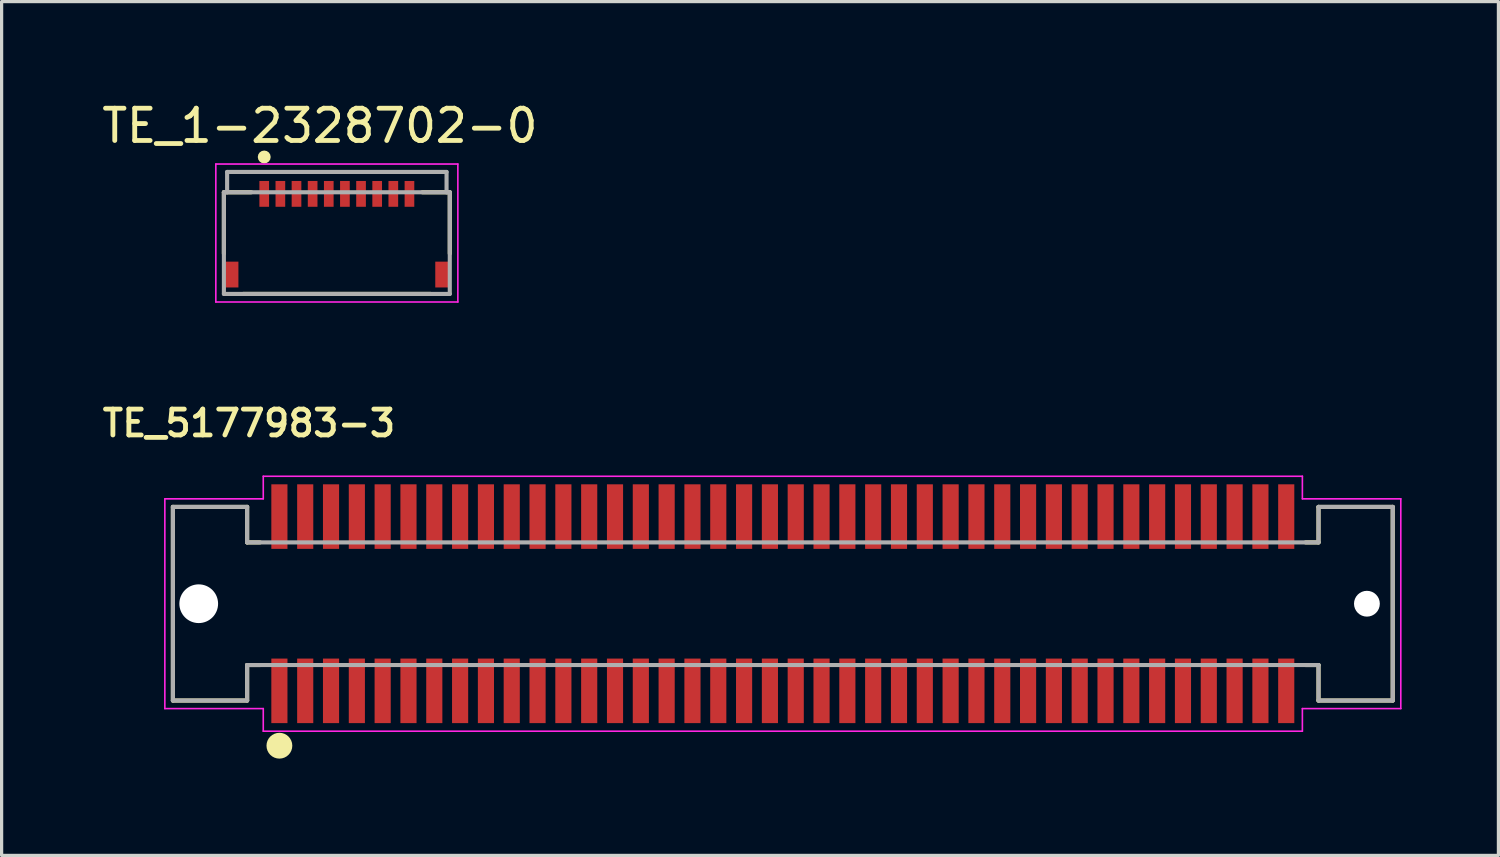
<source format=kicad_pcb>
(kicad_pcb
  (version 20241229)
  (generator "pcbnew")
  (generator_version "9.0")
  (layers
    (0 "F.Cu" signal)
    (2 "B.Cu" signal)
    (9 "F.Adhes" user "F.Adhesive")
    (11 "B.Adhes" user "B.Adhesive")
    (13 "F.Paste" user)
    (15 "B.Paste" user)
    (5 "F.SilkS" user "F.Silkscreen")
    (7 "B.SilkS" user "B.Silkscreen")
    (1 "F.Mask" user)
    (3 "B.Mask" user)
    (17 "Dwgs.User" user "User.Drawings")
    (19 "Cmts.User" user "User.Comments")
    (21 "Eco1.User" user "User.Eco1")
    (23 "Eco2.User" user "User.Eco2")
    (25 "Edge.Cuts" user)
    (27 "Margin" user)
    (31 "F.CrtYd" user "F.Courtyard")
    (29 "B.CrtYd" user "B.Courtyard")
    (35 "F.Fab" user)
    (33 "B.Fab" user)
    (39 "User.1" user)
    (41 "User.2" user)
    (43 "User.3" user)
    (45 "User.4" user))
  (footprint "TE_5177983-3"
    (layer "F.Cu")
    (at 21.208 15.658)
    (property "Reference" "TE_5177983-3" (at -16.545 -5.593 0) (layer "F.SilkS") (effects (font (size 0.801 0.801) (thickness 0.15))))
    (attr smd)
    (fp_line (start -18.9 -3) (end -18.9 3) (stroke (width 0.127) (type solid)) (layer "F.SilkS"))
    (fp_line (start -18.9 3) (end -16.6 3) (stroke (width 0.127) (type solid)) (layer "F.SilkS"))
    (fp_line (start -16.6 -3) (end -18.9 -3) (stroke (width 0.127) (type solid)) (layer "F.SilkS"))
    (fp_line (start -16.6 -1.9) (end -16.6 -3) (stroke (width 0.127) (type solid)) (layer "F.SilkS"))
    (fp_line (start -16.6 1.9) (end -16.2 1.9) (stroke (width 0.127) (type solid)) (layer "F.SilkS"))
    (fp_line (start -16.6 3) (end -16.6 1.9) (stroke (width 0.127) (type solid)) (layer "F.SilkS"))
    (fp_line (start -16.2 -1.9) (end -16.6 -1.9) (stroke (width 0.127) (type solid)) (layer "F.SilkS"))
    (fp_line (start 16.2 1.9) (end 16.6 1.9) (stroke (width 0.127) (type solid)) (layer "F.SilkS"))
    (fp_line (start 16.6 -3) (end 16.6 -1.9) (stroke (width 0.127) (type solid)) (layer "F.SilkS"))
    (fp_line (start 16.6 -1.9) (end 16.2 -1.9) (stroke (width 0.127) (type solid)) (layer "F.SilkS"))
    (fp_line (start 16.6 1.9) (end 16.6 3) (stroke (width 0.127) (type solid)) (layer "F.SilkS"))
    (fp_line (start 16.6 3) (end 18.9 3) (stroke (width 0.127) (type solid)) (layer "F.SilkS"))
    (fp_line (start 18.9 -3) (end 16.6 -3) (stroke (width 0.127) (type solid)) (layer "F.SilkS"))
    (fp_line (start 18.9 3) (end 18.9 -3) (stroke (width 0.127) (type solid)) (layer "F.SilkS"))
    (fp_circle (center -15.6 4.4) (end -15.4 4.4) (stroke (width 0.4) (type solid)) (fill no) (layer "F.SilkS"))
    (fp_line (start -19.15 -3.25) (end -19.15 3.25) (stroke (width 0.05) (type solid)) (layer "F.CrtYd"))
    (fp_line (start -19.15 3.25) (end -16.1 3.25) (stroke (width 0.05) (type solid)) (layer "F.CrtYd"))
    (fp_line (start -16.1 -3.95) (end -16.1 -3.25) (stroke (width 0.05) (type solid)) (layer "F.CrtYd"))
    (fp_line (start -16.1 -3.25) (end -19.15 -3.25) (stroke (width 0.05) (type solid)) (layer "F.CrtYd"))
    (fp_line (start -16.1 3.25) (end -16.1 3.95) (stroke (width 0.05) (type solid)) (layer "F.CrtYd"))
    (fp_line (start -16.1 3.95) (end 16.1 3.95) (stroke (width 0.05) (type solid)) (layer "F.CrtYd"))
    (fp_line (start 16.1 -3.95) (end -16.1 -3.95) (stroke (width 0.05) (type solid)) (layer "F.CrtYd"))
    (fp_line (start 16.1 -3.25) (end 16.1 -3.95) (stroke (width 0.05) (type solid)) (layer "F.CrtYd"))
    (fp_line (start 16.1 3.25) (end 19.15 3.25) (stroke (width 0.05) (type solid)) (layer "F.CrtYd"))
    (fp_line (start 16.1 3.95) (end 16.1 3.25) (stroke (width 0.05) (type solid)) (layer "F.CrtYd"))
    (fp_line (start 19.15 -3.25) (end 16.1 -3.25) (stroke (width 0.05) (type solid)) (layer "F.CrtYd"))
    (fp_line (start 19.15 3.25) (end 19.15 -3.25) (stroke (width 0.05) (type solid)) (layer "F.CrtYd"))
    (fp_line (start -18.9 -3) (end -18.9 3) (stroke (width 0.127) (type solid)) (layer "F.Fab"))
    (fp_line (start -18.9 3) (end -16.6 3) (stroke (width 0.127) (type solid)) (layer "F.Fab"))
    (fp_line (start -16.6 -3) (end -18.9 -3) (stroke (width 0.127) (type solid)) (layer "F.Fab"))
    (fp_line (start -16.6 -1.9) (end -16.6 -3) (stroke (width 0.127) (type solid)) (layer "F.Fab"))
    (fp_line (start -16.6 1.9) (end 16.6 1.9) (stroke (width 0.127) (type solid)) (layer "F.Fab"))
    (fp_line (start -16.6 3) (end -16.6 1.9) (stroke (width 0.127) (type solid)) (layer "F.Fab"))
    (fp_line (start 16.6 -3) (end 16.6 -1.9) (stroke (width 0.127) (type solid)) (layer "F.Fab"))
    (fp_line (start 16.6 -1.9) (end -16.6 -1.9) (stroke (width 0.127) (type solid)) (layer "F.Fab"))
    (fp_line (start 16.6 1.9) (end 16.6 3) (stroke (width 0.127) (type solid)) (layer "F.Fab"))
    (fp_line (start 16.6 3) (end 18.9 3) (stroke (width 0.127) (type solid)) (layer "F.Fab"))
    (fp_line (start 18.9 -3) (end 16.6 -3) (stroke (width 0.127) (type solid)) (layer "F.Fab"))
    (fp_line (start 18.9 3) (end 18.9 -3) (stroke (width 0.127) (type solid)) (layer "F.Fab"))
    (pad "" np_thru_hole circle (at -18.1 0) (size 1.2 1.2) (drill 1.2) (layers "*.Cu" "*.Mask"))
    (pad "" np_thru_hole circle (at 18.1 0) (size 0.8 0.8) (drill 0.8) (layers "*.Cu" "*.Mask"))
    (pad "1" smd rect (at -15.6 2.7 90) (size 2 0.5) (layers "F.Cu" "F.Mask" "F.Paste"))
    (pad "2" smd rect (at -15.6 -2.7 90) (size 2 0.5) (layers "F.Cu" "F.Mask" "F.Paste"))
    (pad "3" smd rect (at -14.8 2.7 90) (size 2 0.5) (layers "F.Cu" "F.Mask" "F.Paste"))
    (pad "4" smd rect (at -14.8 -2.7 90) (size 2 0.5) (layers "F.Cu" "F.Mask" "F.Paste"))
    (pad "5" smd rect (at -14 2.7 90) (size 2 0.5) (layers "F.Cu" "F.Mask" "F.Paste"))
    (pad "6" smd rect (at -14 -2.7 90) (size 2 0.5) (layers "F.Cu" "F.Mask" "F.Paste"))
    (pad "7" smd rect (at -13.2 2.7 90) (size 2 0.5) (layers "F.Cu" "F.Mask" "F.Paste"))
    (pad "8" smd rect (at -13.2 -2.7 90) (size 2 0.5) (layers "F.Cu" "F.Mask" "F.Paste"))
    (pad "9" smd rect (at -12.4 2.7 90) (size 2 0.5) (layers "F.Cu" "F.Mask" "F.Paste"))
    (pad "10" smd rect (at -12.4 -2.7 90) (size 2 0.5) (layers "F.Cu" "F.Mask" "F.Paste"))
    (pad "11" smd rect (at -11.6 2.7 90) (size 2 0.5) (layers "F.Cu" "F.Mask" "F.Paste"))
    (pad "12" smd rect (at -11.6 -2.7 90) (size 2 0.5) (layers "F.Cu" "F.Mask" "F.Paste"))
    (pad "13" smd rect (at -10.8 2.7 90) (size 2 0.5) (layers "F.Cu" "F.Mask" "F.Paste"))
    (pad "14" smd rect (at -10.8 -2.7 90) (size 2 0.5) (layers "F.Cu" "F.Mask" "F.Paste"))
    (pad "15" smd rect (at -10 2.7 90) (size 2 0.5) (layers "F.Cu" "F.Mask" "F.Paste"))
    (pad "16" smd rect (at -10 -2.7 90) (size 2 0.5) (layers "F.Cu" "F.Mask" "F.Paste"))
    (pad "17" smd rect (at -9.2 2.7 90) (size 2 0.5) (layers "F.Cu" "F.Mask" "F.Paste"))
    (pad "18" smd rect (at -9.2 -2.7 90) (size 2 0.5) (layers "F.Cu" "F.Mask" "F.Paste"))
    (pad "19" smd rect (at -8.4 2.7 90) (size 2 0.5) (layers "F.Cu" "F.Mask" "F.Paste"))
    (pad "20" smd rect (at -8.4 -2.7 90) (size 2 0.5) (layers "F.Cu" "F.Mask" "F.Paste"))
    (pad "21" smd rect (at -7.6 2.7 90) (size 2 0.5) (layers "F.Cu" "F.Mask" "F.Paste"))
    (pad "22" smd rect (at -7.6 -2.7 90) (size 2 0.5) (layers "F.Cu" "F.Mask" "F.Paste"))
    (pad "23" smd rect (at -6.8 2.7 90) (size 2 0.5) (layers "F.Cu" "F.Mask" "F.Paste"))
    (pad "24" smd rect (at -6.8 -2.7 90) (size 2 0.5) (layers "F.Cu" "F.Mask" "F.Paste"))
    (pad "25" smd rect (at -6 2.7 90) (size 2 0.5) (layers "F.Cu" "F.Mask" "F.Paste"))
    (pad "26" smd rect (at -6 -2.7 90) (size 2 0.5) (layers "F.Cu" "F.Mask" "F.Paste"))
    (pad "27" smd rect (at -5.2 2.7 90) (size 2 0.5) (layers "F.Cu" "F.Mask" "F.Paste"))
    (pad "28" smd rect (at -5.2 -2.7 90) (size 2 0.5) (layers "F.Cu" "F.Mask" "F.Paste"))
    (pad "29" smd rect (at -4.4 2.7 90) (size 2 0.5) (layers "F.Cu" "F.Mask" "F.Paste"))
    (pad "30" smd rect (at -4.4 -2.7 90) (size 2 0.5) (layers "F.Cu" "F.Mask" "F.Paste"))
    (pad "31" smd rect (at -3.6 2.7 90) (size 2 0.5) (layers "F.Cu" "F.Mask" "F.Paste"))
    (pad "32" smd rect (at -3.6 -2.7 90) (size 2 0.5) (layers "F.Cu" "F.Mask" "F.Paste"))
    (pad "33" smd rect (at -2.8 2.7 90) (size 2 0.5) (layers "F.Cu" "F.Mask" "F.Paste"))
    (pad "34" smd rect (at -2.8 -2.7 90) (size 2 0.5) (layers "F.Cu" "F.Mask" "F.Paste"))
    (pad "35" smd rect (at -2 2.7 90) (size 2 0.5) (layers "F.Cu" "F.Mask" "F.Paste"))
    (pad "36" smd rect (at -2 -2.7 90) (size 2 0.5) (layers "F.Cu" "F.Mask" "F.Paste"))
    (pad "37" smd rect (at -1.2 2.7 90) (size 2 0.5) (layers "F.Cu" "F.Mask" "F.Paste"))
    (pad "38" smd rect (at -1.2 -2.7 90) (size 2 0.5) (layers "F.Cu" "F.Mask" "F.Paste"))
    (pad "39" smd rect (at -0.4 2.7 90) (size 2 0.5) (layers "F.Cu" "F.Mask" "F.Paste"))
    (pad "40" smd rect (at -0.4 -2.7 90) (size 2 0.5) (layers "F.Cu" "F.Mask" "F.Paste"))
    (pad "41" smd rect (at 0.4 2.7 90) (size 2 0.5) (layers "F.Cu" "F.Mask" "F.Paste"))
    (pad "42" smd rect (at 0.4 -2.7 90) (size 2 0.5) (layers "F.Cu" "F.Mask" "F.Paste"))
    (pad "43" smd rect (at 1.2 2.7 90) (size 2 0.5) (layers "F.Cu" "F.Mask" "F.Paste"))
    (pad "44" smd rect (at 1.2 -2.7 90) (size 2 0.5) (layers "F.Cu" "F.Mask" "F.Paste"))
    (pad "45" smd rect (at 2 2.7 90) (size 2 0.5) (layers "F.Cu" "F.Mask" "F.Paste"))
    (pad "46" smd rect (at 2 -2.7 90) (size 2 0.5) (layers "F.Cu" "F.Mask" "F.Paste"))
    (pad "47" smd rect (at 2.8 2.7 90) (size 2 0.5) (layers "F.Cu" "F.Mask" "F.Paste"))
    (pad "48" smd rect (at 2.8 -2.7 90) (size 2 0.5) (layers "F.Cu" "F.Mask" "F.Paste"))
    (pad "49" smd rect (at 3.6 2.7 90) (size 2 0.5) (layers "F.Cu" "F.Mask" "F.Paste"))
    (pad "50" smd rect (at 3.6 -2.7 90) (size 2 0.5) (layers "F.Cu" "F.Mask" "F.Paste"))
    (pad "51" smd rect (at 4.4 2.7 90) (size 2 0.5) (layers "F.Cu" "F.Mask" "F.Paste"))
    (pad "52" smd rect (at 4.4 -2.7 90) (size 2 0.5) (layers "F.Cu" "F.Mask" "F.Paste"))
    (pad "53" smd rect (at 5.2 2.7 90) (size 2 0.5) (layers "F.Cu" "F.Mask" "F.Paste"))
    (pad "54" smd rect (at 5.2 -2.7 90) (size 2 0.5) (layers "F.Cu" "F.Mask" "F.Paste"))
    (pad "55" smd rect (at 6 2.7 90) (size 2 0.5) (layers "F.Cu" "F.Mask" "F.Paste"))
    (pad "56" smd rect (at 6 -2.7 90) (size 2 0.5) (layers "F.Cu" "F.Mask" "F.Paste"))
    (pad "57" smd rect (at 6.8 2.7 90) (size 2 0.5) (layers "F.Cu" "F.Mask" "F.Paste"))
    (pad "58" smd rect (at 6.8 -2.7 90) (size 2 0.5) (layers "F.Cu" "F.Mask" "F.Paste"))
    (pad "59" smd rect (at 7.6 2.7 90) (size 2 0.5) (layers "F.Cu" "F.Mask" "F.Paste"))
    (pad "60" smd rect (at 7.6 -2.7 90) (size 2 0.5) (layers "F.Cu" "F.Mask" "F.Paste"))
    (pad "61" smd rect (at 8.4 2.7 90) (size 2 0.5) (layers "F.Cu" "F.Mask" "F.Paste"))
    (pad "62" smd rect (at 8.4 -2.7 90) (size 2 0.5) (layers "F.Cu" "F.Mask" "F.Paste"))
    (pad "63" smd rect (at 9.2 2.7 90) (size 2 0.5) (layers "F.Cu" "F.Mask" "F.Paste"))
    (pad "64" smd rect (at 9.2 -2.7 90) (size 2 0.5) (layers "F.Cu" "F.Mask" "F.Paste"))
    (pad "65" smd rect (at 10 2.7 90) (size 2 0.5) (layers "F.Cu" "F.Mask" "F.Paste"))
    (pad "66" smd rect (at 10 -2.7 90) (size 2 0.5) (layers "F.Cu" "F.Mask" "F.Paste"))
    (pad "67" smd rect (at 10.8 2.7 90) (size 2 0.5) (layers "F.Cu" "F.Mask" "F.Paste"))
    (pad "68" smd rect (at 10.8 -2.7 90) (size 2 0.5) (layers "F.Cu" "F.Mask" "F.Paste"))
    (pad "69" smd rect (at 11.6 2.7 90) (size 2 0.5) (layers "F.Cu" "F.Mask" "F.Paste"))
    (pad "70" smd rect (at 11.6 -2.7 90) (size 2 0.5) (layers "F.Cu" "F.Mask" "F.Paste"))
    (pad "71" smd rect (at 12.4 2.7 90) (size 2 0.5) (layers "F.Cu" "F.Mask" "F.Paste"))
    (pad "72" smd rect (at 12.4 -2.7 90) (size 2 0.5) (layers "F.Cu" "F.Mask" "F.Paste"))
    (pad "73" smd rect (at 13.2 2.7 90) (size 2 0.5) (layers "F.Cu" "F.Mask" "F.Paste"))
    (pad "74" smd rect (at 13.2 -2.7 90) (size 2 0.5) (layers "F.Cu" "F.Mask" "F.Paste"))
    (pad "75" smd rect (at 14 2.7 90) (size 2 0.5) (layers "F.Cu" "F.Mask" "F.Paste"))
    (pad "76" smd rect (at 14 -2.7 90) (size 2 0.5) (layers "F.Cu" "F.Mask" "F.Paste"))
    (pad "77" smd rect (at 14.8 2.7 90) (size 2 0.5) (layers "F.Cu" "F.Mask" "F.Paste"))
    (pad "78" smd rect (at 14.8 -2.7 90) (size 2 0.5) (layers "F.Cu" "F.Mask" "F.Paste"))
    (pad "79" smd rect (at 15.6 2.7 90) (size 2 0.5) (layers "F.Cu" "F.Mask" "F.Paste"))
    (pad "80" smd rect (at 15.6 -2.7 90) (size 2 0.5) (layers "F.Cu" "F.Mask" "F.Paste")))
  (footprint "TE_1-2328702-0"
    (layer "F.Cu")
    (at 9.638 2.958)
    (property "Reference" "TE_1-2328702-0" (at -2.775 -2.11 0) (layer "F.SilkS") (effects (font (size 1 1) (thickness 0.15))))
    (attr smd)
    (fp_line (start -5.75 -0.05) (end -5.75 1.85) (stroke (width 0.127) (type solid)) (layer "F.SilkS"))
    (fp_line (start -5.15 3.1) (end 0.65 3.1) (stroke (width 0.127) (type solid)) (layer "F.SilkS"))
    (fp_line (start -4.9 -0.05) (end -5.75 -0.05) (stroke (width 0.127) (type solid)) (layer "F.SilkS"))
    (fp_line (start 0.4 -0.05) (end 1.25 -0.05) (stroke (width 0.127) (type solid)) (layer "F.SilkS"))
    (fp_line (start 1.25 -0.05) (end 1.25 1.85) (stroke (width 0.127) (type solid)) (layer "F.SilkS"))
    (fp_circle (center -4.5 -1.143) (end -4.4 -1.143) (stroke (width 0.2) (type solid)) (fill no) (layer "F.SilkS"))
    (fp_line (start -6 -0.925) (end 1.5 -0.925) (stroke (width 0.05) (type solid)) (layer "F.CrtYd"))
    (fp_line (start -6 3.35) (end -6 -0.925) (stroke (width 0.05) (type solid)) (layer "F.CrtYd"))
    (fp_line (start 1.5 -0.925) (end 1.5 3.35) (stroke (width 0.05) (type solid)) (layer "F.CrtYd"))
    (fp_line (start 1.5 3.35) (end -6 3.35) (stroke (width 0.05) (type solid)) (layer "F.CrtYd"))
    (fp_line (start -5.75 -0.05) (end -5.65 -0.05) (stroke (width 0.127) (type solid)) (layer "F.Fab"))
    (fp_line (start -5.75 3.1) (end -5.75 -0.05) (stroke (width 0.127) (type solid)) (layer "F.Fab"))
    (fp_line (start -5.65 -0.68) (end 1.15 -0.68) (stroke (width 0.127) (type solid)) (layer "F.Fab"))
    (fp_line (start -5.65 -0.05) (end -5.65 -0.68) (stroke (width 0.127) (type solid)) (layer "F.Fab"))
    (fp_line (start -5.65 -0.05) (end 1.15 -0.05) (stroke (width 0.127) (type solid)) (layer "F.Fab"))
    (fp_line (start 1.15 -0.68) (end 1.15 -0.05) (stroke (width 0.127) (type solid)) (layer "F.Fab"))
    (fp_line (start 1.15 -0.05) (end 1.25 -0.05) (stroke (width 0.127) (type solid)) (layer "F.Fab"))
    (fp_line (start 1.25 -0.05) (end 1.25 3.1) (stroke (width 0.127) (type solid)) (layer "F.Fab"))
    (fp_line (start 1.25 3.1) (end -5.75 3.1) (stroke (width 0.127) (type solid)) (layer "F.Fab"))
    (pad "1" smd rect (at -4.5 0) (size 0.3 0.8) (layers "F.Cu" "F.Mask" "F.Paste"))
    (pad "2" smd rect (at -4 0) (size 0.3 0.8) (layers "F.Cu" "F.Mask" "F.Paste"))
    (pad "3" smd rect (at -3.5 0) (size 0.3 0.8) (layers "F.Cu" "F.Mask" "F.Paste"))
    (pad "4" smd rect (at -3 0) (size 0.3 0.8) (layers "F.Cu" "F.Mask" "F.Paste"))
    (pad "5" smd rect (at -2.5 0) (size 0.3 0.8) (layers "F.Cu" "F.Mask" "F.Paste"))
    (pad "6" smd rect (at -2 0) (size 0.3 0.8) (layers "F.Cu" "F.Mask" "F.Paste"))
    (pad "7" smd rect (at -1.5 0) (size 0.3 0.8) (layers "F.Cu" "F.Mask" "F.Paste"))
    (pad "8" smd rect (at -1 0) (size 0.3 0.8) (layers "F.Cu" "F.Mask" "F.Paste"))
    (pad "9" smd rect (at -0.5 0) (size 0.3 0.8) (layers "F.Cu" "F.Mask" "F.Paste"))
    (pad "10" smd rect (at 0 0) (size 0.3 0.8) (layers "F.Cu" "F.Mask" "F.Paste"))
    (pad "S1" smd rect (at 1 2.5) (size 0.4 0.8) (layers "F.Cu" "F.Mask" "F.Paste"))
    (pad "S2" smd rect (at -5.5 2.5) (size 0.4 0.8) (layers "F.Cu" "F.Mask" "F.Paste")))
  (gr_rect
    (start -3 -3)
    (end 43.383 23.458)
    (stroke (width 0.1) (type default))
    (fill no)
    (layer "Edge.Cuts")))
</source>
